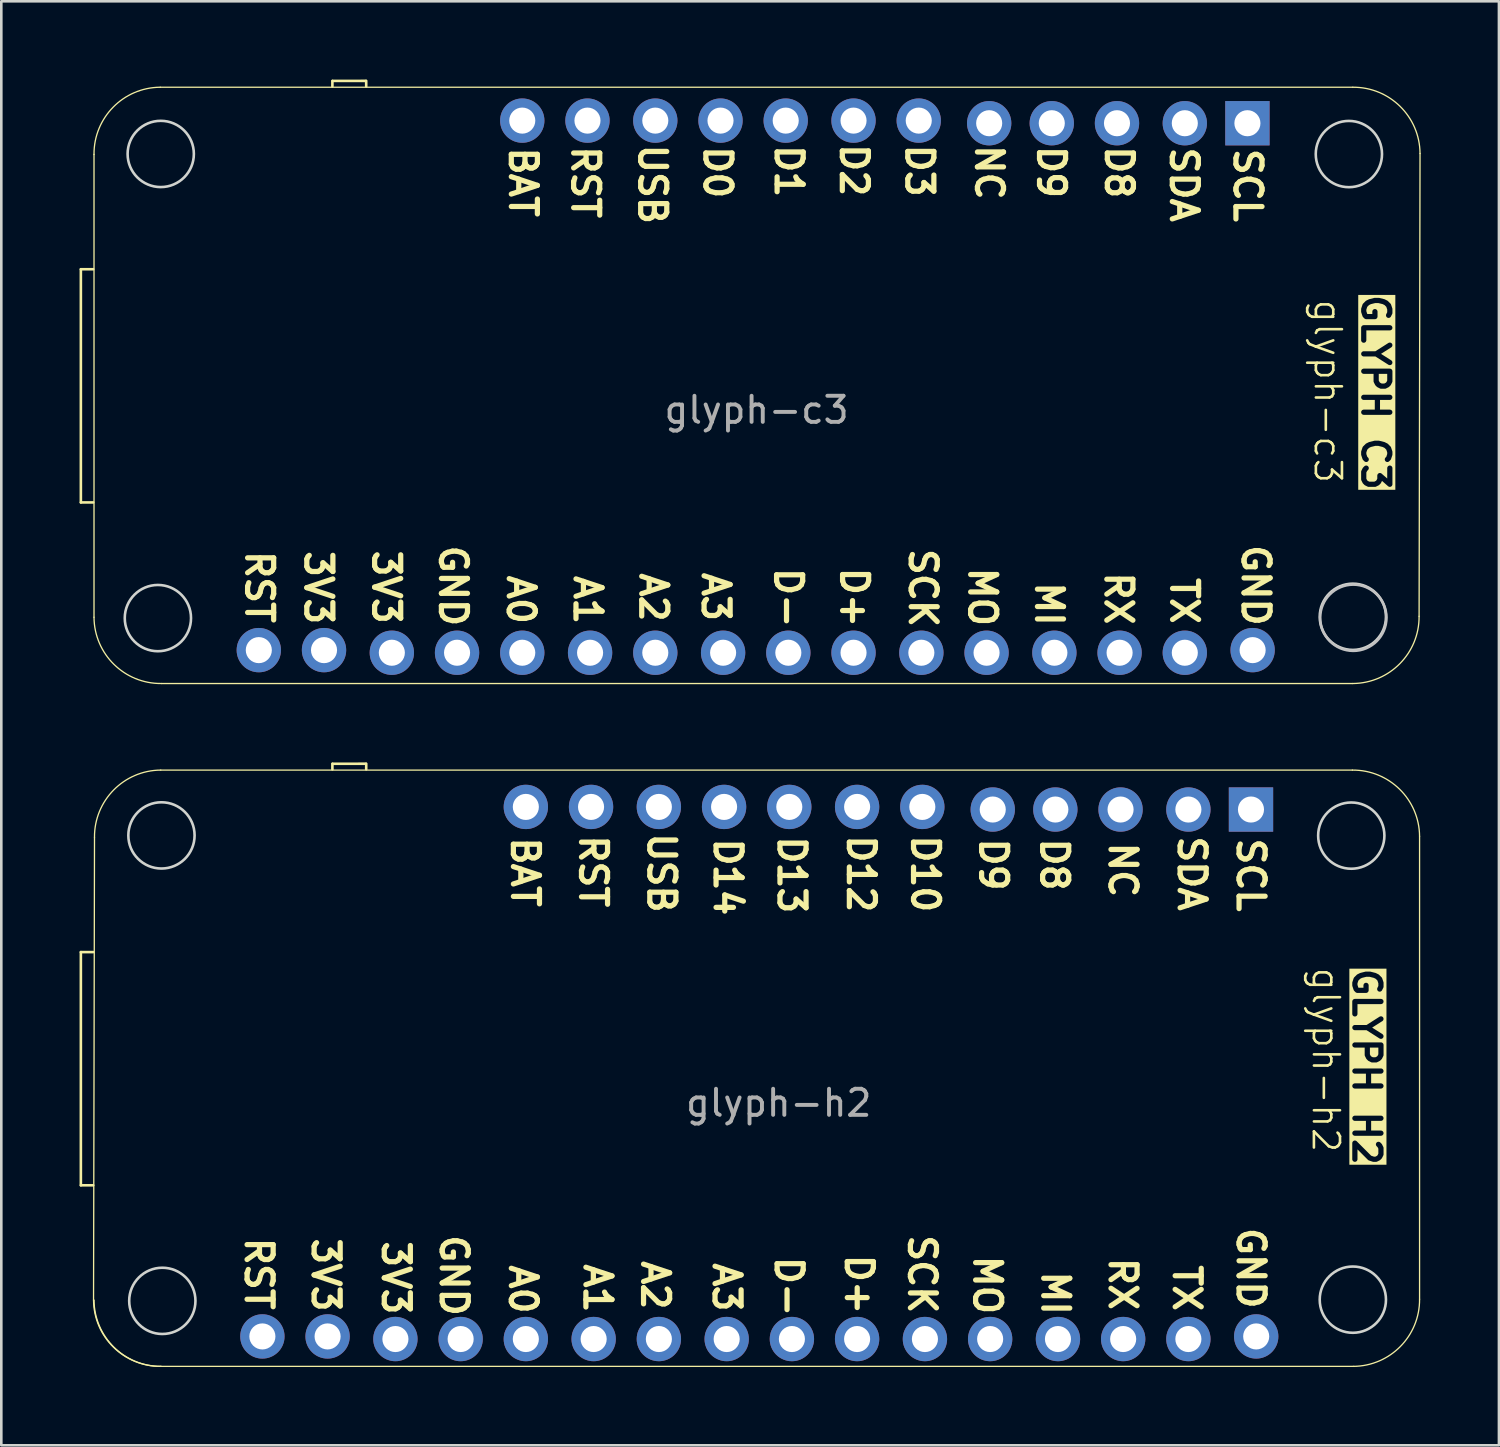
<source format=kicad_pcb>
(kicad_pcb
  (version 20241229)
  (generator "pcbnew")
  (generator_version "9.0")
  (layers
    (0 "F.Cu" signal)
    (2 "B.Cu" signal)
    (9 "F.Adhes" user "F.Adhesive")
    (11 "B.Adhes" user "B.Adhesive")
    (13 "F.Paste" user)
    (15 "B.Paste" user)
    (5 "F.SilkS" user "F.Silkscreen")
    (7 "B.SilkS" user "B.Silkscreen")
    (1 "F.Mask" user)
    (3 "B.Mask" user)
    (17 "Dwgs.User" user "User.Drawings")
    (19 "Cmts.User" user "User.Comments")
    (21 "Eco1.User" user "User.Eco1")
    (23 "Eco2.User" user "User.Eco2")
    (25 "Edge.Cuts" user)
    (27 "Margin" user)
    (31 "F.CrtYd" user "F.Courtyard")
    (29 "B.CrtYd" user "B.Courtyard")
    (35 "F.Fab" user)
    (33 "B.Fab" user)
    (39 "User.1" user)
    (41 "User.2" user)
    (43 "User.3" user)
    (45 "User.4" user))
  (footprint "glyph-c3"
    (layer "F.Cu")
    (at 25.972 11.701)
    (property "Reference" "glyph-c3" (at 21.882 0.25 270) (unlocked yes) (layer "F.SilkS") (effects (font (size 1 1) (thickness 0.1))))
    (attr smd)
    (fp_line (start -25.922 -4.429) (end -25.922 4.511) (stroke (width 0.1) (type default)) (layer "F.SilkS"))
    (fp_line (start -25.922 4.511) (end -25.449 4.511) (stroke (width 0.1) (type default)) (layer "F.SilkS"))
    (fp_line (start -25.449 -4.429) (end -25.922 -4.429) (stroke (width 0.1) (type default)) (layer "F.SilkS"))
    (fp_line (start -25.418 8.913) (end -25.418 -8.831) (stroke (width 0.05) (type solid)) (layer "F.SilkS"))
    (fp_line (start -22.878 -11.407) (end 22.842 -11.407) (stroke (width 0.05) (type solid)) (layer "F.SilkS"))
    (fp_line (start -16.279 -11.437) (end -16.279 -11.649) (stroke (width 0.1) (type default)) (layer "F.SilkS"))
    (fp_line (start -16.269 -11.649) (end -14.999 -11.651) (stroke (width 0.1) (type default)) (layer "F.SilkS"))
    (fp_line (start -14.983 -11.437) (end -14.983 -11.651) (stroke (width 0.1) (type default)) (layer "F.SilkS"))
    (fp_line (start 22.842 11.453) (end -22.842 11.453) (stroke (width 0.05) (type solid)) (layer "F.SilkS"))
    (fp_line (start 25.418 -8.867) (end 25.382 8.877) (stroke (width 0.05) (type solid)) (layer "F.SilkS"))
    (fp_arc (start -25.417805 -8.830858) (mid -24.681412 -10.644854) (end -22.878064 -11.406951) (stroke (width 0.05) (type solid)) (layer "F.SilkS"))
    (fp_arc (start -22.841971 11.452788) (mid -24.655972 10.7164) (end -25.418064 8.913047) (stroke (width 0.05) (type solid)) (layer "F.SilkS"))
    (fp_arc (start 22.841927 -11.40695) (mid 24.655971 -10.670606) (end 25.41802 -8.867209) (stroke (width 0.05) (type solid)) (layer "F.SilkS"))
    (fp_arc (start 25.381668 8.876955) (mid 24.645292 10.690967) (end 22.841927 11.453048) (stroke (width 0.05) (type solid)) (layer "F.SilkS"))
    (fp_circle (center 22.86 8.931) (end 24.13 8.931) (stroke (width 0.1) (type default)) (fill no) (layer "Dwgs.User"))
    (fp_circle (center -22.969 8.945) (end -24.239 8.945) (stroke (width 0.1) (type solid)) (fill no) (layer "Edge.Cuts"))
    (fp_circle (center -22.86 -8.849) (end -21.59 -8.849) (stroke (width 0.1) (type solid)) (fill no) (layer "Edge.Cuts"))
    (fp_circle (center 22.69 -8.845) (end 21.42 -8.845) (stroke (width 0.1) (type solid)) (fill no) (layer "Edge.Cuts"))
    (fp_circle (center 22.842 8.895) (end 21.572 8.895) (stroke (width 0.1) (type solid)) (fill no) (layer "Edge.Cuts"))
    (fp_text user "D8" (at 13.297 -9.255 270) (unlocked yes) (layer "F.SilkS") (effects (font (size 1 1) (thickness 0.2) (bold yes)) (justify left bottom)))
    (fp_text user "SCL" (at 18.227 -9.155 270) (unlocked yes) (layer "F.SilkS") (effects (font (size 1 1) (thickness 0.2) (bold yes)) (justify left bottom)))
    (fp_text user "3V3" (at -14.793 6.245 270) (unlocked yes) (layer "F.SilkS") (effects (font (size 1 1) (thickness 0.2) (bold yes)) (justify left bottom)))
    (fp_text user "GLYPH C3" (at 23.127 -3.555 270) (unlocked yes) (layer "F.SilkS" knockout) (effects (font (size 1 1) (thickness 0.2) (bold yes)) (justify left bottom)))
    (fp_text user "D2" (at 3.137 -9.335 270) (unlocked yes) (layer "F.SilkS") (effects (font (size 1 1) (thickness 0.2) (bold yes)) (justify left bottom)))
    (fp_text user "A2" (at -4.553 7.115 270) (unlocked yes) (layer "F.SilkS") (effects (font (size 1 1) (thickness 0.2) (bold yes)) (justify left bottom)))
    (fp_text user "RST" (at -19.663 6.265 270) (unlocked yes) (layer "F.SilkS") (effects (font (size 1 1) (thickness 0.2) (bold yes)) (justify left bottom)))
    (fp_text user "GND" (at 18.537 6.035 270) (unlocked yes) (layer "F.SilkS") (effects (font (size 1 1) (thickness 0.2) (bold yes)) (justify left bottom)))
    (fp_text user "TX" (at 15.797 7.295 270) (unlocked yes) (layer "F.SilkS") (effects (font (size 1 1) (thickness 0.2) (bold yes)) (justify left bottom)))
    (fp_text user "SCK" (at 5.777 6.185 270) (unlocked yes) (layer "F.SilkS") (effects (font (size 1 1) (thickness 0.2) (bold yes)) (justify left bottom)))
    (fp_text user "RX" (at 13.277 7.085 270) (unlocked yes) (layer "F.SilkS") (effects (font (size 1 1) (thickness 0.2) (bold yes)) (justify left bottom)))
    (fp_text user "A3" (at -2.163 7.095 270) (unlocked yes) (layer "F.SilkS") (effects (font (size 1 1) (thickness 0.2) (bold yes)) (justify left bottom)))
    (fp_text user "MI" (at 10.617 7.465 270) (unlocked yes) (layer "F.SilkS") (effects (font (size 1 1) (thickness 0.2) (bold yes)) (justify left bottom)))
    (fp_text user "NC" (at 8.317 -9.295 270) (unlocked yes) (layer "F.SilkS") (effects (font (size 1 1) (thickness 0.2) (bold yes)) (justify left bottom)))
    (fp_text user "MO" (at 8.057 6.905 270) (unlocked yes) (layer "F.SilkS") (effects (font (size 1 1) (thickness 0.2) (bold yes)) (justify left bottom)))
    (fp_text user "USB" (at -4.593 -9.315 270) (unlocked yes) (layer "F.SilkS") (effects (font (size 1 1) (thickness 0.2) (bold yes)) (justify left bottom)))
    (fp_text user "D3" (at 5.647 -9.315 270) (unlocked yes) (layer "F.SilkS") (effects (font (size 1 1) (thickness 0.2) (bold yes)) (justify left bottom)))
    (fp_text user "GND" (at -12.233 6.055 270) (unlocked yes) (layer "F.SilkS") (effects (font (size 1 1) (thickness 0.2) (bold yes)) (justify left bottom)))
    (fp_text user "D1" (at 0.637 -9.295 270) (unlocked yes) (layer "F.SilkS") (effects (font (size 1 1) (thickness 0.2) (bold yes)) (justify left bottom)))
    (fp_text user "A1" (at -7.073 7.215 270) (unlocked yes) (layer "F.SilkS") (effects (font (size 1 1) (thickness 0.2) (bold yes)) (justify left bottom)))
    (fp_text user "A0" (at -9.633 7.205 270) (unlocked yes) (layer "F.SilkS") (effects (font (size 1 1) (thickness 0.2) (bold yes)) (justify left bottom)))
    (fp_text user "D0" (at -2.093 -9.255 270) (unlocked yes) (layer "F.SilkS") (effects (font (size 1 1) (thickness 0.2) (bold yes)) (justify left bottom)))
    (fp_text user "D+" (at 3.147 6.905 270) (unlocked yes) (layer "F.SilkS") (effects (font (size 1 1) (thickness 0.2) (bold yes)) (justify left bottom)))
    (fp_text user "D-" (at 0.617 6.915 270) (unlocked yes) (layer "F.SilkS") (effects (font (size 1 1) (thickness 0.2) (bold yes)) (justify left bottom)))
    (fp_text user "SDA" (at 15.787 -9.205 270) (unlocked yes) (layer "F.SilkS") (effects (font (size 1 1) (thickness 0.2) (bold yes)) (justify left bottom)))
    (fp_text user "3V3" (at -17.393 6.265 270) (unlocked yes) (layer "F.SilkS") (effects (font (size 1 1) (thickness 0.2) (bold yes)) (justify left bottom)))
    (fp_text user "D9" (at 10.697 -9.265 270) (unlocked yes) (layer "F.SilkS") (effects (font (size 1 1) (thickness 0.2) (bold yes)) (justify left bottom)))
    (fp_text user "BAT" (at -9.553 -9.205 270) (unlocked yes) (layer "F.SilkS") (effects (font (size 1 1) (thickness 0.2) (bold yes)) (justify left bottom)))
    (fp_text user "RST" (at -7.163 -9.255 270) (unlocked yes) (layer "F.SilkS") (effects (font (size 1 1) (thickness 0.2) (bold yes)) (justify left bottom)))
    (fp_text user "${REFERENCE}" (at -0.018 0.967 0) (unlocked yes) (layer "F.Fab") (effects (font (size 1 1) (thickness 0.15))))
    (pad "1" thru_hole rect (at 18.8 -10.027 270) (size 1.7 1.7) (drill 1) (layers "*.Cu" "*.Mask"))
    (pad "2" thru_hole oval (at 16.4 -10.027 270) (size 1.7 1.7) (drill 1) (layers "*.Cu" "*.Mask"))
    (pad "3" thru_hole oval (at 13.8 -10.027 270) (size 1.7 1.7) (drill 1) (layers "*.Cu" "*.Mask"))
    (pad "4" thru_hole oval (at 11.3 -10.027 270) (size 1.7 1.7) (drill 1) (layers "*.Cu" "*.Mask"))
    (pad "5" thru_hole oval (at 8.9 -10.027 270) (size 1.7 1.7) (drill 1) (layers "*.Cu" "*.Mask"))
    (pad "6" thru_hole oval (at 6.2 -10.127 270) (size 1.7 1.7) (drill 1) (layers "*.Cu" "*.Mask"))
    (pad "7" thru_hole oval (at 3.7 -10.127 270) (size 1.7 1.7) (drill 1) (layers "*.Cu" "*.Mask"))
    (pad "8" thru_hole oval (at 1.1 -10.127 270) (size 1.7 1.7) (drill 1) (layers "*.Cu" "*.Mask"))
    (pad "9" thru_hole oval (at -1.4 -10.127 270) (size 1.7 1.7) (drill 1) (layers "*.Cu" "*.Mask"))
    (pad "10" thru_hole oval (at -3.9 -10.127 270) (size 1.7 1.7) (drill 1) (layers "*.Cu" "*.Mask"))
    (pad "11" thru_hole oval (at -6.5 -10.127 270) (size 1.7 1.7) (drill 1) (layers "*.Cu" "*.Mask"))
    (pad "12" thru_hole circle (at -9 -10.127 270) (size 1.7 1.7) (drill 1) (layers "*.Cu" "*.Mask"))
    (pad "13" thru_hole circle (at -19.1 10.173 270) (size 1.7 1.7) (drill 1) (layers "*.Cu" "*.Mask"))
    (pad "14" thru_hole oval (at -16.6 10.173 270) (size 1.7 1.7) (drill 1) (layers "*.Cu" "*.Mask"))
    (pad "15" thru_hole oval (at -14 10.273 270) (size 1.7 1.7) (drill 1) (layers "*.Cu" "*.Mask"))
    (pad "16" thru_hole oval (at -11.5 10.273 270) (size 1.7 1.7) (drill 1) (layers "*.Cu" "*.Mask"))
    (pad "17" thru_hole oval (at -9 10.273 270) (size 1.7 1.7) (drill 1) (layers "*.Cu" "*.Mask"))
    (pad "18" thru_hole oval (at -6.4 10.273 270) (size 1.7 1.7) (drill 1) (layers "*.Cu" "*.Mask"))
    (pad "19" thru_hole oval (at -3.9 10.273 270) (size 1.7 1.7) (drill 1) (layers "*.Cu" "*.Mask"))
    (pad "20" thru_hole oval (at -1.3 10.273 270) (size 1.7 1.7) (drill 1) (layers "*.Cu" "*.Mask"))
    (pad "21" thru_hole oval (at 1.2 10.273 270) (size 1.7 1.7) (drill 1) (layers "*.Cu" "*.Mask"))
    (pad "22" thru_hole oval (at 3.7 10.273 270) (size 1.7 1.7) (drill 1) (layers "*.Cu" "*.Mask"))
    (pad "23" thru_hole oval (at 6.3 10.273 270) (size 1.7 1.7) (drill 1) (layers "*.Cu" "*.Mask"))
    (pad "24" thru_hole oval (at 8.8 10.273 270) (size 1.7 1.7) (drill 1) (layers "*.Cu" "*.Mask"))
    (pad "25" thru_hole oval (at 11.4 10.273 270) (size 1.7 1.7) (drill 1) (layers "*.Cu" "*.Mask"))
    (pad "26" thru_hole oval (at 13.9 10.273 270) (size 1.7 1.7) (drill 1) (layers "*.Cu" "*.Mask"))
    (pad "27" thru_hole oval (at 16.4 10.273 270) (size 1.7 1.7) (drill 1) (layers "*.Cu" "*.Mask"))
    (pad "28" thru_hole oval (at 19 10.173 270) (size 1.7 1.7) (drill 1) (layers "*.Cu" "*.Mask")))
  (footprint "glyph-h2"
    (layer "F.Cu")
    (at 26.019 37.805)
    (property "Reference" "glyph-h2" (at 21.76 -0.22 270) (unlocked yes) (layer "F.SilkS") (effects (font (size 1 1) (thickness 0.1))))
    (attr smd)
    (fp_line (start -25.969 -4.354) (end -25.969 4.586) (stroke (width 0.1) (type default)) (layer "F.SilkS"))
    (fp_line (start -25.969 4.586) (end -25.496 4.586) (stroke (width 0.1) (type default)) (layer "F.SilkS"))
    (fp_line (start -25.496 -4.354) (end -25.969 -4.354) (stroke (width 0.1) (type default)) (layer "F.SilkS"))
    (fp_line (start -25.483 8.988) (end -25.446 -8.756) (stroke (width 0.05) (type solid)) (layer "F.SilkS"))
    (fp_line (start -22.907 -11.332) (end 22.777 -11.332) (stroke (width 0.05) (type solid)) (layer "F.SilkS"))
    (fp_line (start -16.326 -11.362) (end -16.326 -11.574) (stroke (width 0.1) (type default)) (layer "F.SilkS"))
    (fp_line (start -16.316 -11.574) (end -15.046 -11.576) (stroke (width 0.1) (type default)) (layer "F.SilkS"))
    (fp_line (start -15.03 -11.362) (end -15.029 -11.576) (stroke (width 0.1) (type default)) (layer "F.SilkS"))
    (fp_line (start 22.813 11.528) (end -22.907 11.528) (stroke (width 0.05) (type solid)) (layer "F.SilkS"))
    (fp_line (start 25.353 -8.792) (end 25.353 8.952) (stroke (width 0.05) (type solid)) (layer "F.SilkS"))
    (fp_arc (start -25.446376 -8.755988) (mid -24.71 -10.57) (end -22.906635 -11.332081) (stroke (width 0.05) (type solid)) (layer "F.SilkS"))
    (fp_arc (start -22.906635 11.527917) (mid -24.720679 10.791573) (end -25.482728 8.988176) (stroke (width 0.05) (type solid)) (layer "F.SilkS"))
    (fp_arc (start -22.888589 11.527788) (mid -24.70259 10.7914) (end -25.464682 8.988047) (stroke (width 0.05) (type solid)) (layer "F.SilkS"))
    (fp_arc (start 22.777263 -11.331821) (mid 24.591264 -10.595433) (end 25.353356 -8.79208) (stroke (width 0.05) (type solid)) (layer "F.SilkS"))
    (fp_arc (start 25.353097 8.951825) (mid 24.616704 10.765821) (end 22.813356 11.527918) (stroke (width 0.05) (type solid)) (layer "F.SilkS"))
    (fp_circle (center -22.879 -8.828) (end -24.149 -8.828) (stroke (width 0.1) (type solid)) (fill no) (layer "Edge.Cuts"))
    (fp_circle (center -22.846 9.016) (end -21.576 9.016) (stroke (width 0.1) (type solid)) (fill no) (layer "Edge.Cuts"))
    (fp_circle (center 22.735 -8.82) (end 21.465 -8.82) (stroke (width 0.1) (type solid)) (fill no) (layer "Edge.Cuts"))
    (fp_circle (center 22.795 8.97) (end 21.525 8.97) (stroke (width 0.1) (type solid)) (fill no) (layer "Edge.Cuts"))
    (fp_text user "RST" (at -6.91 -8.94 270) (unlocked yes) (layer "F.SilkS") (effects (font (size 1 1) (thickness 0.2) (bold yes)) (justify left bottom)))
    (fp_text user "D13" (at 0.7 -8.9 270) (unlocked yes) (layer "F.SilkS") (effects (font (size 1 1) (thickness 0.2) (bold yes)) (justify left bottom)))
    (fp_text user "3V3" (at -17.16 6.51 270) (unlocked yes) (layer "F.SilkS") (effects (font (size 1 1) (thickness 0.2) (bold yes)) (justify left bottom)))
    (fp_text user "D-" (at 0.59 7.22 270) (unlocked yes) (layer "F.SilkS") (effects (font (size 1 1) (thickness 0.2) (bold yes)) (justify left bottom)))
    (fp_text user "BAT" (at -9.52 -8.86 270) (unlocked yes) (layer "F.SilkS") (effects (font (size 1 1) (thickness 0.2) (bold yes)) (justify left bottom)))
    (fp_text user "D10" (at 5.82 -8.94 270) (unlocked yes) (layer "F.SilkS") (effects (font (size 1 1) (thickness 0.2) (bold yes)) (justify left bottom)))
    (fp_text user "SCL" (at 18.3 -8.82 270) (unlocked yes) (layer "F.SilkS") (effects (font (size 1 1) (thickness 0.2) (bold yes)) (justify left bottom)))
    (fp_text user "SDA" (at 16.04 -8.9 270) (unlocked yes) (layer "F.SilkS") (effects (font (size 1 1) (thickness 0.2) (bold yes)) (justify left bottom)))
    (fp_text user "D12" (at 3.36 -8.94 270) (unlocked yes) (layer "F.SilkS") (effects (font (size 1 1) (thickness 0.2) (bold yes)) (justify left bottom)))
    (fp_text user "A0" (at -9.6 7.54 270) (unlocked yes) (layer "F.SilkS") (effects (font (size 1 1) (thickness 0.2) (bold yes)) (justify left bottom)))
    (fp_text user "USB" (at -4.29 -9.02 270) (unlocked yes) (layer "F.SilkS") (effects (font (size 1 1) (thickness 0.2) (bold yes)) (justify left bottom)))
    (fp_text user "MO" (at 8.2 7.18 270) (unlocked yes) (layer "F.SilkS") (effects (font (size 1 1) (thickness 0.2) (bold yes)) (justify left bottom)))
    (fp_text user "TX" (at 15.85 7.54 270) (unlocked yes) (layer "F.SilkS") (effects (font (size 1 1) (thickness 0.2) (bold yes)) (justify left bottom)))
    (fp_text user "A2" (at -4.53 7.38 270) (unlocked yes) (layer "F.SilkS") (effects (font (size 1 1) (thickness 0.2) (bold yes)) (justify left bottom)))
    (fp_text user "RX" (at 13.39 7.26 270) (unlocked yes) (layer "F.SilkS") (effects (font (size 1 1) (thickness 0.2) (bold yes)) (justify left bottom)))
    (fp_text user "GLYPH H2" (at 22.74 -3.83 270) (unlocked yes) (layer "F.SilkS" knockout) (effects (font (size 1 1) (thickness 0.2) (bold yes)) (justify left bottom)))
    (fp_text user "SCK" (at 5.7 6.39 270) (unlocked yes) (layer "F.SilkS") (effects (font (size 1 1) (thickness 0.2) (bold yes)) (justify left bottom)))
    (fp_text user "D8" (at 10.77 -8.82 270) (unlocked yes) (layer "F.SilkS") (effects (font (size 1 1) (thickness 0.2) (bold yes)) (justify left bottom)))
    (fp_text user "RST" (at -19.73 6.49 270) (unlocked yes) (layer "F.SilkS") (effects (font (size 1 1) (thickness 0.2) (bold yes)) (justify left bottom)))
    (fp_text user "GND" (at -12.25 6.39 270) (unlocked yes) (layer "F.SilkS") (effects (font (size 1 1) (thickness 0.2) (bold yes)) (justify left bottom)))
    (fp_text user "D14" (at -1.75 -8.82 270) (unlocked yes) (layer "F.SilkS") (effects (font (size 1 1) (thickness 0.2) (bold yes)) (justify left bottom)))
    (fp_text user "D+" (at 3.28 7.14 270) (unlocked yes) (layer "F.SilkS") (effects (font (size 1 1) (thickness 0.2) (bold yes)) (justify left bottom)))
    (fp_text user "GND" (at 18.3 6.11 270) (unlocked yes) (layer "F.SilkS") (effects (font (size 1 1) (thickness 0.2) (bold yes)) (justify left bottom)))
    (fp_text user "NC" (at 13.39 -8.66 270) (unlocked yes) (layer "F.SilkS") (effects (font (size 1 1) (thickness 0.2) (bold yes)) (justify left bottom)))
    (fp_text user "3V3" (at -14.47 6.62 270) (unlocked yes) (layer "F.SilkS") (effects (font (size 1 1) (thickness 0.2) (bold yes)) (justify left bottom)))
    (fp_text user "A3" (at -1.79 7.46 270) (unlocked yes) (layer "F.SilkS") (effects (font (size 1 1) (thickness 0.2) (bold yes)) (justify left bottom)))
    (fp_text user "D9" (at 8.43 -8.82 270) (unlocked yes) (layer "F.SilkS") (effects (font (size 1 1) (thickness 0.2) (bold yes)) (justify left bottom)))
    (fp_text user "MI" (at 10.81 7.78 270) (unlocked yes) (layer "F.SilkS") (effects (font (size 1 1) (thickness 0.2) (bold yes)) (justify left bottom)))
    (fp_text user "A1" (at -6.74 7.5 270) (unlocked yes) (layer "F.SilkS") (effects (font (size 1 1) (thickness 0.2) (bold yes)) (justify left bottom)))
    (fp_text user "${REFERENCE}" (at 0.785 1.43 0) (unlocked yes) (layer "F.Fab") (effects (font (size 1 1) (thickness 0.15))))
    (pad "1" thru_hole rect (at 18.89 -9.82 270) (size 1.7 1.7) (drill 1) (layers "*.Cu" "*.Mask"))
    (pad "2" thru_hole oval (at 16.49 -9.82 270) (size 1.7 1.7) (drill 1) (layers "*.Cu" "*.Mask"))
    (pad "3" thru_hole oval (at 13.89 -9.82 270) (size 1.7 1.7) (drill 1) (layers "*.Cu" "*.Mask"))
    (pad "4" thru_hole oval (at 11.39 -9.82 270) (size 1.7 1.7) (drill 1) (layers "*.Cu" "*.Mask"))
    (pad "5" thru_hole oval (at 8.99 -9.82 270) (size 1.7 1.7) (drill 1) (layers "*.Cu" "*.Mask"))
    (pad "6" thru_hole oval (at 6.29 -9.92 270) (size 1.7 1.7) (drill 1) (layers "*.Cu" "*.Mask"))
    (pad "7" thru_hole oval (at 3.79 -9.92 270) (size 1.7 1.7) (drill 1) (layers "*.Cu" "*.Mask"))
    (pad "8" thru_hole oval (at 1.19 -9.92 270) (size 1.7 1.7) (drill 1) (layers "*.Cu" "*.Mask"))
    (pad "9" thru_hole oval (at -1.31 -9.92 270) (size 1.7 1.7) (drill 1) (layers "*.Cu" "*.Mask"))
    (pad "10" thru_hole oval (at -3.81 -9.92 270) (size 1.7 1.7) (drill 1) (layers "*.Cu" "*.Mask"))
    (pad "11" thru_hole oval (at -6.41 -9.92 270) (size 1.7 1.7) (drill 1) (layers "*.Cu" "*.Mask"))
    (pad "12" thru_hole circle (at -8.91 -9.92 270) (size 1.7 1.7) (drill 1) (layers "*.Cu" "*.Mask"))
    (pad "13" thru_hole circle (at -19.01 10.38 270) (size 1.7 1.7) (drill 1) (layers "*.Cu" "*.Mask"))
    (pad "14" thru_hole oval (at -16.51 10.38 270) (size 1.7 1.7) (drill 1) (layers "*.Cu" "*.Mask"))
    (pad "15" thru_hole oval (at -13.91 10.48 270) (size 1.7 1.7) (drill 1) (layers "*.Cu" "*.Mask"))
    (pad "16" thru_hole oval (at -11.41 10.48 270) (size 1.7 1.7) (drill 1) (layers "*.Cu" "*.Mask"))
    (pad "17" thru_hole oval (at -8.91 10.48 270) (size 1.7 1.7) (drill 1) (layers "*.Cu" "*.Mask"))
    (pad "18" thru_hole oval (at -6.31 10.48 270) (size 1.7 1.7) (drill 1) (layers "*.Cu" "*.Mask"))
    (pad "19" thru_hole oval (at -3.81 10.48 270) (size 1.7 1.7) (drill 1) (layers "*.Cu" "*.Mask"))
    (pad "20" thru_hole oval (at -1.21 10.48 270) (size 1.7 1.7) (drill 1) (layers "*.Cu" "*.Mask"))
    (pad "21" thru_hole oval (at 1.29 10.48 270) (size 1.7 1.7) (drill 1) (layers "*.Cu" "*.Mask"))
    (pad "22" thru_hole oval (at 3.79 10.48 270) (size 1.7 1.7) (drill 1) (layers "*.Cu" "*.Mask"))
    (pad "23" thru_hole oval (at 6.39 10.48 270) (size 1.7 1.7) (drill 1) (layers "*.Cu" "*.Mask"))
    (pad "24" thru_hole oval (at 8.89 10.48 270) (size 1.7 1.7) (drill 1) (layers "*.Cu" "*.Mask"))
    (pad "25" thru_hole oval (at 11.49 10.48 270) (size 1.7 1.7) (drill 1) (layers "*.Cu" "*.Mask"))
    (pad "26" thru_hole oval (at 13.99 10.48 270) (size 1.7 1.7) (drill 1) (layers "*.Cu" "*.Mask"))
    (pad "27" thru_hole oval (at 16.49 10.48 270) (size 1.7 1.7) (drill 1) (layers "*.Cu" "*.Mask"))
    (pad "28" thru_hole oval (at 19.09 10.38 270) (size 1.7 1.7) (drill 1) (layers "*.Cu" "*.Mask")))
  (gr_rect
    (start -3 -3)
    (end 54.415 52.358)
    (stroke (width 0.1) (type default))
    (fill no)
    (layer "Edge.Cuts")))
</source>
